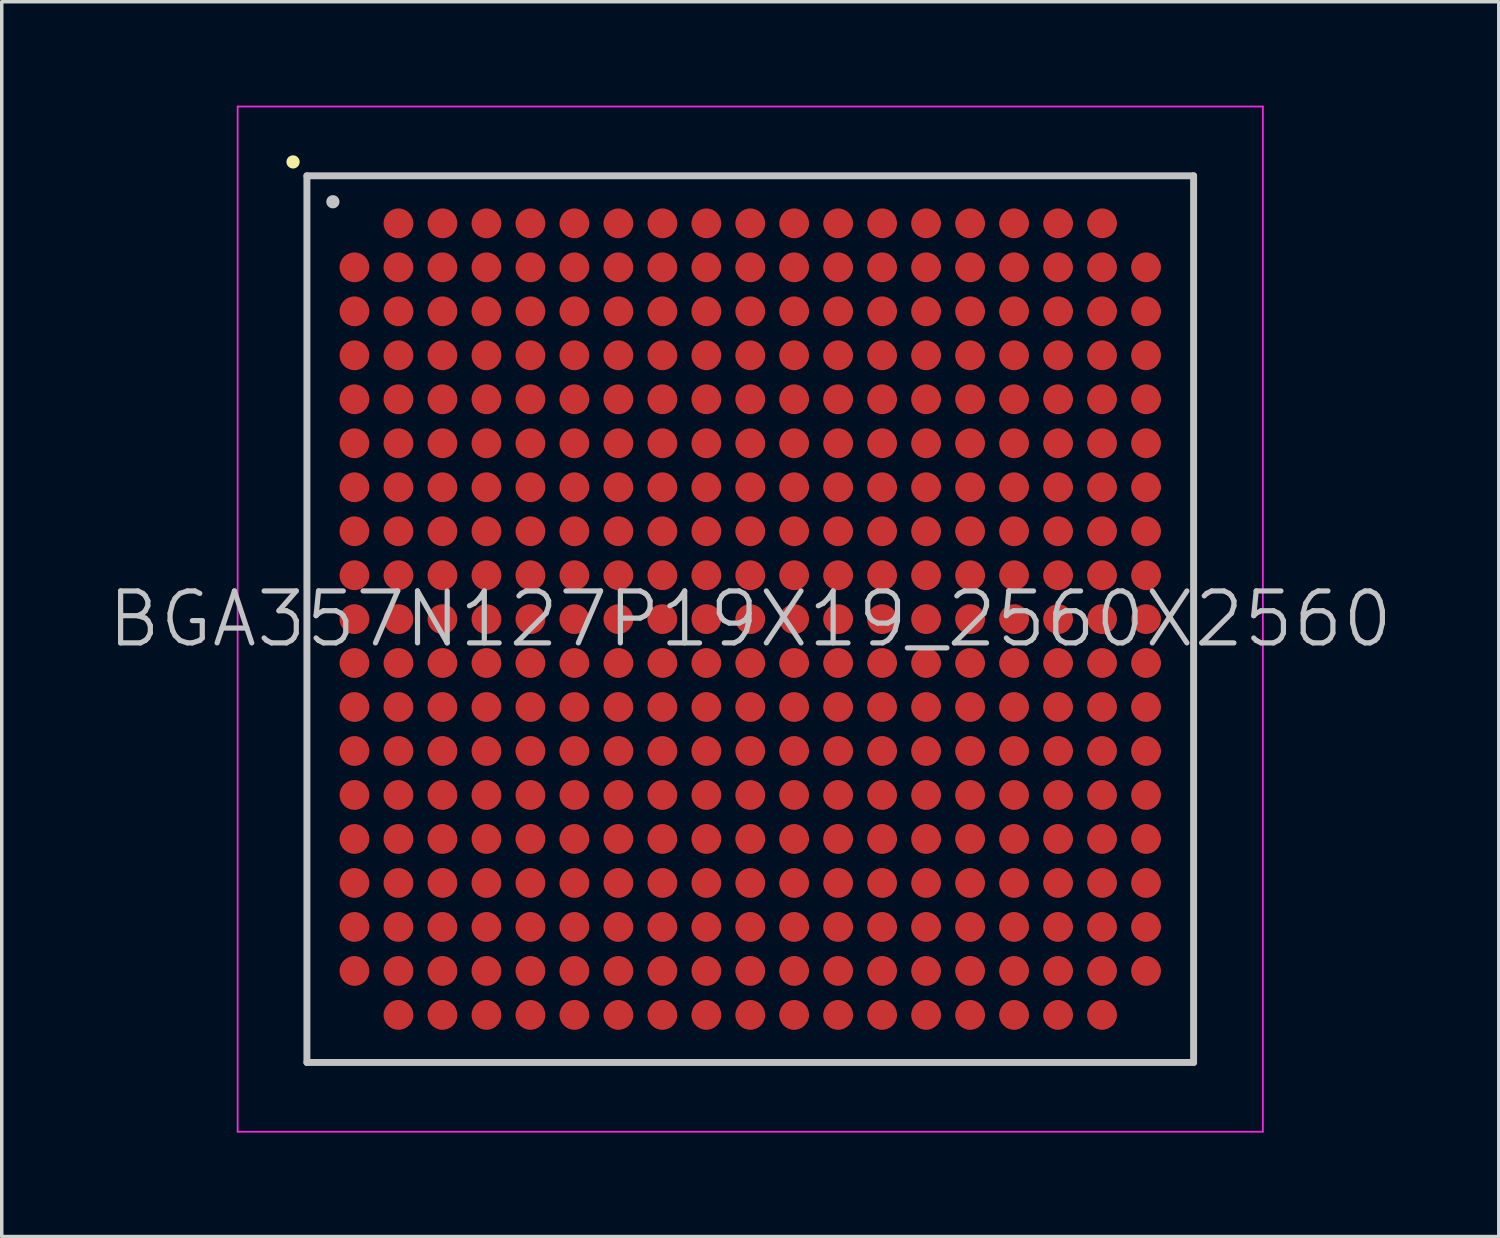
<source format=kicad_pcb>
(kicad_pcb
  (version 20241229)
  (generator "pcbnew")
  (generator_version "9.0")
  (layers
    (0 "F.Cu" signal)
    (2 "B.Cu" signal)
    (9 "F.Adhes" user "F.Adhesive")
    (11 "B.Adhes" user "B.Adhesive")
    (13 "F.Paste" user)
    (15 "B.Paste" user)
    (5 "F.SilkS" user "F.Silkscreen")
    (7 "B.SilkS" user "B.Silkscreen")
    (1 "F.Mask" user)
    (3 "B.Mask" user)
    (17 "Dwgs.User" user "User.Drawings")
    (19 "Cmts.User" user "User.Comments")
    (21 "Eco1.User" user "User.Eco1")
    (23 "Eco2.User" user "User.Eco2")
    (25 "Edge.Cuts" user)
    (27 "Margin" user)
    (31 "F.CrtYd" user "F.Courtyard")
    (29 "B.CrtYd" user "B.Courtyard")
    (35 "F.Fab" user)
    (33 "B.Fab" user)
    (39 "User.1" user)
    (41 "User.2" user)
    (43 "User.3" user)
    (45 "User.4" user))
  (footprint "BGA357N127P19X19_2560X2560"
    (layer "F.Cu")
    (at 18.611 14.825)
    (property "Reference" "BGA357N127P19X19_2560X2560" (at 0 0 0) (layer "Dwgs.User") (effects (font (size 1.5 1.5) (thickness 0.15))))
    (attr smd)
    (fp_line (start -13.2 -13.2) (end -13.2 -13.2) (stroke (width 0.381) (type solid)) (layer "F.SilkS"))
    (fp_line (start -12.8 -12.8) (end -12.8 12.8) (stroke (width 0.2) (type solid)) (layer "Dwgs.User"))
    (fp_line (start -12.8 -12.8) (end 12.8 -12.8) (stroke (width 0.2) (type solid)) (layer "Dwgs.User"))
    (fp_line (start -12.8 12.8) (end 12.8 12.8) (stroke (width 0.2) (type solid)) (layer "Dwgs.User"))
    (fp_line (start -12.05 -12.05) (end -12.05 -12.05) (stroke (width 0.381) (type solid)) (layer "Dwgs.User"))
    (fp_line (start 12.8 -12.8) (end 12.8 12.8) (stroke (width 0.2) (type solid)) (layer "Dwgs.User"))
    (fp_line (start -14.8 -14.8) (end -14.8 14.8) (stroke (width 0.05) (type solid)) (layer "F.CrtYd"))
    (fp_line (start -14.8 -14.8) (end 14.8 -14.8) (stroke (width 0.05) (type solid)) (layer "F.CrtYd"))
    (fp_line (start -14.8 14.8) (end 14.8 14.8) (stroke (width 0.05) (type solid)) (layer "F.CrtYd"))
    (fp_line (start 14.8 -14.8) (end 14.8 14.8) (stroke (width 0.05) (type solid)) (layer "F.CrtYd"))
    (pad "A2" smd circle (at -10.157 -11.427 270) (size 0.86 0.86) (layers "F.Cu" "F.Mask" "F.Paste"))
    (pad "A3" smd circle (at -8.887 -11.427 270) (size 0.86 0.86) (layers "F.Cu" "F.Mask" "F.Paste"))
    (pad "A4" smd circle (at -7.617 -11.427 270) (size 0.86 0.86) (layers "F.Cu" "F.Mask" "F.Paste"))
    (pad "A5" smd circle (at -6.347 -11.427 270) (size 0.86 0.86) (layers "F.Cu" "F.Mask" "F.Paste"))
    (pad "A6" smd circle (at -5.077 -11.427 270) (size 0.86 0.86) (layers "F.Cu" "F.Mask" "F.Paste"))
    (pad "A7" smd circle (at -3.807 -11.427 270) (size 0.86 0.86) (layers "F.Cu" "F.Mask" "F.Paste"))
    (pad "A8" smd circle (at -2.537 -11.427 270) (size 0.86 0.86) (layers "F.Cu" "F.Mask" "F.Paste"))
    (pad "A9" smd circle (at -1.267 -11.427 270) (size 0.86 0.86) (layers "F.Cu" "F.Mask" "F.Paste"))
    (pad "A10" smd circle (at 0 -11.427 270) (size 0.86 0.86) (layers "F.Cu" "F.Mask" "F.Paste"))
    (pad "A11" smd circle (at 1.267 -11.427 270) (size 0.86 0.86) (layers "F.Cu" "F.Mask" "F.Paste"))
    (pad "A12" smd circle (at 2.537 -11.427 270) (size 0.86 0.86) (layers "F.Cu" "F.Mask" "F.Paste"))
    (pad "A13" smd circle (at 3.807 -11.427 270) (size 0.86 0.86) (layers "F.Cu" "F.Mask" "F.Paste"))
    (pad "A14" smd circle (at 5.077 -11.427 270) (size 0.86 0.86) (layers "F.Cu" "F.Mask" "F.Paste"))
    (pad "A15" smd circle (at 6.347 -11.427 270) (size 0.86 0.86) (layers "F.Cu" "F.Mask" "F.Paste"))
    (pad "A16" smd circle (at 7.617 -11.427 270) (size 0.86 0.86) (layers "F.Cu" "F.Mask" "F.Paste"))
    (pad "A17" smd circle (at 8.887 -11.427 270) (size 0.86 0.86) (layers "F.Cu" "F.Mask" "F.Paste"))
    (pad "A18" smd circle (at 10.157 -11.427 270) (size 0.86 0.86) (layers "F.Cu" "F.Mask" "F.Paste"))
    (pad "B1" smd circle (at -11.427 -10.157 270) (size 0.86 0.86) (layers "F.Cu" "F.Mask" "F.Paste"))
    (pad "B2" smd circle (at -10.157 -10.157 270) (size 0.86 0.86) (layers "F.Cu" "F.Mask" "F.Paste"))
    (pad "B3" smd circle (at -8.887 -10.157 270) (size 0.86 0.86) (layers "F.Cu" "F.Mask" "F.Paste"))
    (pad "B4" smd circle (at -7.617 -10.157 270) (size 0.86 0.86) (layers "F.Cu" "F.Mask" "F.Paste"))
    (pad "B5" smd circle (at -6.347 -10.157 270) (size 0.86 0.86) (layers "F.Cu" "F.Mask" "F.Paste"))
    (pad "B6" smd circle (at -5.077 -10.157 270) (size 0.86 0.86) (layers "F.Cu" "F.Mask" "F.Paste"))
    (pad "B7" smd circle (at -3.807 -10.157 270) (size 0.86 0.86) (layers "F.Cu" "F.Mask" "F.Paste"))
    (pad "B8" smd circle (at -2.537 -10.157 270) (size 0.86 0.86) (layers "F.Cu" "F.Mask" "F.Paste"))
    (pad "B9" smd circle (at -1.267 -10.157 270) (size 0.86 0.86) (layers "F.Cu" "F.Mask" "F.Paste"))
    (pad "B10" smd circle (at 0 -10.157 270) (size 0.86 0.86) (layers "F.Cu" "F.Mask" "F.Paste"))
    (pad "B11" smd circle (at 1.267 -10.157 270) (size 0.86 0.86) (layers "F.Cu" "F.Mask" "F.Paste"))
    (pad "B12" smd circle (at 2.537 -10.157 270) (size 0.86 0.86) (layers "F.Cu" "F.Mask" "F.Paste"))
    (pad "B13" smd circle (at 3.807 -10.157 270) (size 0.86 0.86) (layers "F.Cu" "F.Mask" "F.Paste"))
    (pad "B14" smd circle (at 5.077 -10.157 270) (size 0.86 0.86) (layers "F.Cu" "F.Mask" "F.Paste"))
    (pad "B15" smd circle (at 6.347 -10.157 270) (size 0.86 0.86) (layers "F.Cu" "F.Mask" "F.Paste"))
    (pad "B16" smd circle (at 7.617 -10.157 270) (size 0.86 0.86) (layers "F.Cu" "F.Mask" "F.Paste"))
    (pad "B17" smd circle (at 8.887 -10.157 270) (size 0.86 0.86) (layers "F.Cu" "F.Mask" "F.Paste"))
    (pad "B18" smd circle (at 10.157 -10.157 270) (size 0.86 0.86) (layers "F.Cu" "F.Mask" "F.Paste"))
    (pad "B19" smd circle (at 11.427 -10.157 270) (size 0.86 0.86) (layers "F.Cu" "F.Mask" "F.Paste"))
    (pad "C1" smd circle (at -11.427 -8.887 270) (size 0.86 0.86) (layers "F.Cu" "F.Mask" "F.Paste"))
    (pad "C2" smd circle (at -10.157 -8.887 270) (size 0.86 0.86) (layers "F.Cu" "F.Mask" "F.Paste"))
    (pad "C3" smd circle (at -8.887 -8.887 270) (size 0.86 0.86) (layers "F.Cu" "F.Mask" "F.Paste"))
    (pad "C4" smd circle (at -7.617 -8.887 270) (size 0.86 0.86) (layers "F.Cu" "F.Mask" "F.Paste"))
    (pad "C5" smd circle (at -6.347 -8.887 270) (size 0.86 0.86) (layers "F.Cu" "F.Mask" "F.Paste"))
    (pad "C6" smd circle (at -5.077 -8.887 270) (size 0.86 0.86) (layers "F.Cu" "F.Mask" "F.Paste"))
    (pad "C7" smd circle (at -3.807 -8.887 270) (size 0.86 0.86) (layers "F.Cu" "F.Mask" "F.Paste"))
    (pad "C8" smd circle (at -2.537 -8.887 270) (size 0.86 0.86) (layers "F.Cu" "F.Mask" "F.Paste"))
    (pad "C9" smd circle (at -1.267 -8.887 270) (size 0.86 0.86) (layers "F.Cu" "F.Mask" "F.Paste"))
    (pad "C10" smd circle (at 0 -8.887 270) (size 0.86 0.86) (layers "F.Cu" "F.Mask" "F.Paste"))
    (pad "C11" smd circle (at 1.267 -8.887 270) (size 0.86 0.86) (layers "F.Cu" "F.Mask" "F.Paste"))
    (pad "C12" smd circle (at 2.537 -8.887 270) (size 0.86 0.86) (layers "F.Cu" "F.Mask" "F.Paste"))
    (pad "C13" smd circle (at 3.807 -8.887 270) (size 0.86 0.86) (layers "F.Cu" "F.Mask" "F.Paste"))
    (pad "C14" smd circle (at 5.077 -8.887 270) (size 0.86 0.86) (layers "F.Cu" "F.Mask" "F.Paste"))
    (pad "C15" smd circle (at 6.347 -8.887 270) (size 0.86 0.86) (layers "F.Cu" "F.Mask" "F.Paste"))
    (pad "C16" smd circle (at 7.617 -8.887 270) (size 0.86 0.86) (layers "F.Cu" "F.Mask" "F.Paste"))
    (pad "C17" smd circle (at 8.887 -8.887 270) (size 0.86 0.86) (layers "F.Cu" "F.Mask" "F.Paste"))
    (pad "C18" smd circle (at 10.157 -8.887 270) (size 0.86 0.86) (layers "F.Cu" "F.Mask" "F.Paste"))
    (pad "C19" smd circle (at 11.427 -8.887 270) (size 0.86 0.86) (layers "F.Cu" "F.Mask" "F.Paste"))
    (pad "D1" smd circle (at -11.427 -7.617 270) (size 0.86 0.86) (layers "F.Cu" "F.Mask" "F.Paste"))
    (pad "D2" smd circle (at -10.157 -7.617 270) (size 0.86 0.86) (layers "F.Cu" "F.Mask" "F.Paste"))
    (pad "D3" smd circle (at -8.887 -7.617 270) (size 0.86 0.86) (layers "F.Cu" "F.Mask" "F.Paste"))
    (pad "D4" smd circle (at -7.617 -7.617 270) (size 0.86 0.86) (layers "F.Cu" "F.Mask" "F.Paste"))
    (pad "D5" smd circle (at -6.347 -7.617 270) (size 0.86 0.86) (layers "F.Cu" "F.Mask" "F.Paste"))
    (pad "D6" smd circle (at -5.077 -7.617 270) (size 0.86 0.86) (layers "F.Cu" "F.Mask" "F.Paste"))
    (pad "D7" smd circle (at -3.807 -7.617 270) (size 0.86 0.86) (layers "F.Cu" "F.Mask" "F.Paste"))
    (pad "D8" smd circle (at -2.537 -7.617 270) (size 0.86 0.86) (layers "F.Cu" "F.Mask" "F.Paste"))
    (pad "D9" smd circle (at -1.267 -7.617 270) (size 0.86 0.86) (layers "F.Cu" "F.Mask" "F.Paste"))
    (pad "D10" smd circle (at 0 -7.617 270) (size 0.86 0.86) (layers "F.Cu" "F.Mask" "F.Paste"))
    (pad "D11" smd circle (at 1.267 -7.617 270) (size 0.86 0.86) (layers "F.Cu" "F.Mask" "F.Paste"))
    (pad "D12" smd circle (at 2.537 -7.617 270) (size 0.86 0.86) (layers "F.Cu" "F.Mask" "F.Paste"))
    (pad "D13" smd circle (at 3.807 -7.617 270) (size 0.86 0.86) (layers "F.Cu" "F.Mask" "F.Paste"))
    (pad "D14" smd circle (at 5.077 -7.617 270) (size 0.86 0.86) (layers "F.Cu" "F.Mask" "F.Paste"))
    (pad "D15" smd circle (at 6.347 -7.617 270) (size 0.86 0.86) (layers "F.Cu" "F.Mask" "F.Paste"))
    (pad "D16" smd circle (at 7.617 -7.617 270) (size 0.86 0.86) (layers "F.Cu" "F.Mask" "F.Paste"))
    (pad "D17" smd circle (at 8.887 -7.617 270) (size 0.86 0.86) (layers "F.Cu" "F.Mask" "F.Paste"))
    (pad "D18" smd circle (at 10.157 -7.617 270) (size 0.86 0.86) (layers "F.Cu" "F.Mask" "F.Paste"))
    (pad "D19" smd circle (at 11.427 -7.617 270) (size 0.86 0.86) (layers "F.Cu" "F.Mask" "F.Paste"))
    (pad "E1" smd circle (at -11.427 -6.347 270) (size 0.86 0.86) (layers "F.Cu" "F.Mask" "F.Paste"))
    (pad "E2" smd circle (at -10.157 -6.347 270) (size 0.86 0.86) (layers "F.Cu" "F.Mask" "F.Paste"))
    (pad "E3" smd circle (at -8.887 -6.347 270) (size 0.86 0.86) (layers "F.Cu" "F.Mask" "F.Paste"))
    (pad "E4" smd circle (at -7.617 -6.347 270) (size 0.86 0.86) (layers "F.Cu" "F.Mask" "F.Paste"))
    (pad "E5" smd circle (at -6.347 -6.347 270) (size 0.86 0.86) (layers "F.Cu" "F.Mask" "F.Paste"))
    (pad "E6" smd circle (at -5.077 -6.347 270) (size 0.86 0.86) (layers "F.Cu" "F.Mask" "F.Paste"))
    (pad "E7" smd circle (at -3.807 -6.347 270) (size 0.86 0.86) (layers "F.Cu" "F.Mask" "F.Paste"))
    (pad "E8" smd circle (at -2.537 -6.347 270) (size 0.86 0.86) (layers "F.Cu" "F.Mask" "F.Paste"))
    (pad "E9" smd circle (at -1.267 -6.347 270) (size 0.86 0.86) (layers "F.Cu" "F.Mask" "F.Paste"))
    (pad "E10" smd circle (at 0 -6.347 270) (size 0.86 0.86) (layers "F.Cu" "F.Mask" "F.Paste"))
    (pad "E11" smd circle (at 1.267 -6.347 270) (size 0.86 0.86) (layers "F.Cu" "F.Mask" "F.Paste"))
    (pad "E12" smd circle (at 2.537 -6.347 270) (size 0.86 0.86) (layers "F.Cu" "F.Mask" "F.Paste"))
    (pad "E13" smd circle (at 3.807 -6.347 270) (size 0.86 0.86) (layers "F.Cu" "F.Mask" "F.Paste"))
    (pad "E14" smd circle (at 5.077 -6.347 270) (size 0.86 0.86) (layers "F.Cu" "F.Mask" "F.Paste"))
    (pad "E15" smd circle (at 6.347 -6.347 270) (size 0.86 0.86) (layers "F.Cu" "F.Mask" "F.Paste"))
    (pad "E16" smd circle (at 7.617 -6.347 270) (size 0.86 0.86) (layers "F.Cu" "F.Mask" "F.Paste"))
    (pad "E17" smd circle (at 8.887 -6.347 270) (size 0.86 0.86) (layers "F.Cu" "F.Mask" "F.Paste"))
    (pad "E18" smd circle (at 10.157 -6.347 270) (size 0.86 0.86) (layers "F.Cu" "F.Mask" "F.Paste"))
    (pad "E19" smd circle (at 11.427 -6.347 270) (size 0.86 0.86) (layers "F.Cu" "F.Mask" "F.Paste"))
    (pad "F1" smd circle (at -11.427 -5.077 270) (size 0.86 0.86) (layers "F.Cu" "F.Mask" "F.Paste"))
    (pad "F2" smd circle (at -10.157 -5.077 270) (size 0.86 0.86) (layers "F.Cu" "F.Mask" "F.Paste"))
    (pad "F3" smd circle (at -8.887 -5.077 270) (size 0.86 0.86) (layers "F.Cu" "F.Mask" "F.Paste"))
    (pad "F4" smd circle (at -7.617 -5.077 270) (size 0.86 0.86) (layers "F.Cu" "F.Mask" "F.Paste"))
    (pad "F5" smd circle (at -6.347 -5.077 270) (size 0.86 0.86) (layers "F.Cu" "F.Mask" "F.Paste"))
    (pad "F6" smd circle (at -5.077 -5.077 270) (size 0.86 0.86) (layers "F.Cu" "F.Mask" "F.Paste"))
    (pad "F7" smd circle (at -3.807 -5.077 270) (size 0.86 0.86) (layers "F.Cu" "F.Mask" "F.Paste"))
    (pad "F8" smd circle (at -2.537 -5.077 270) (size 0.86 0.86) (layers "F.Cu" "F.Mask" "F.Paste"))
    (pad "F9" smd circle (at -1.267 -5.077 270) (size 0.86 0.86) (layers "F.Cu" "F.Mask" "F.Paste"))
    (pad "F10" smd circle (at 0 -5.077 270) (size 0.86 0.86) (layers "F.Cu" "F.Mask" "F.Paste"))
    (pad "F11" smd circle (at 1.267 -5.077 270) (size 0.86 0.86) (layers "F.Cu" "F.Mask" "F.Paste"))
    (pad "F12" smd circle (at 2.537 -5.077 270) (size 0.86 0.86) (layers "F.Cu" "F.Mask" "F.Paste"))
    (pad "F13" smd circle (at 3.807 -5.077 270) (size 0.86 0.86) (layers "F.Cu" "F.Mask" "F.Paste"))
    (pad "F14" smd circle (at 5.077 -5.077 270) (size 0.86 0.86) (layers "F.Cu" "F.Mask" "F.Paste"))
    (pad "F15" smd circle (at 6.347 -5.077 270) (size 0.86 0.86) (layers "F.Cu" "F.Mask" "F.Paste"))
    (pad "F16" smd circle (at 7.617 -5.077 270) (size 0.86 0.86) (layers "F.Cu" "F.Mask" "F.Paste"))
    (pad "F17" smd circle (at 8.887 -5.077 270) (size 0.86 0.86) (layers "F.Cu" "F.Mask" "F.Paste"))
    (pad "F18" smd circle (at 10.157 -5.077 270) (size 0.86 0.86) (layers "F.Cu" "F.Mask" "F.Paste"))
    (pad "F19" smd circle (at 11.427 -5.077 270) (size 0.86 0.86) (layers "F.Cu" "F.Mask" "F.Paste"))
    (pad "G1" smd circle (at -11.427 -3.807 270) (size 0.86 0.86) (layers "F.Cu" "F.Mask" "F.Paste"))
    (pad "G2" smd circle (at -10.157 -3.807 270) (size 0.86 0.86) (layers "F.Cu" "F.Mask" "F.Paste"))
    (pad "G3" smd circle (at -8.887 -3.807 270) (size 0.86 0.86) (layers "F.Cu" "F.Mask" "F.Paste"))
    (pad "G4" smd circle (at -7.617 -3.807 270) (size 0.86 0.86) (layers "F.Cu" "F.Mask" "F.Paste"))
    (pad "G5" smd circle (at -6.347 -3.807 270) (size 0.86 0.86) (layers "F.Cu" "F.Mask" "F.Paste"))
    (pad "G6" smd circle (at -5.077 -3.807 270) (size 0.86 0.86) (layers "F.Cu" "F.Mask" "F.Paste"))
    (pad "G7" smd circle (at -3.807 -3.807 270) (size 0.86 0.86) (layers "F.Cu" "F.Mask" "F.Paste"))
    (pad "G8" smd circle (at -2.537 -3.807 270) (size 0.86 0.86) (layers "F.Cu" "F.Mask" "F.Paste"))
    (pad "G9" smd circle (at -1.267 -3.807 270) (size 0.86 0.86) (layers "F.Cu" "F.Mask" "F.Paste"))
    (pad "G10" smd circle (at 0 -3.807 270) (size 0.86 0.86) (layers "F.Cu" "F.Mask" "F.Paste"))
    (pad "G11" smd circle (at 1.267 -3.807 270) (size 0.86 0.86) (layers "F.Cu" "F.Mask" "F.Paste"))
    (pad "G12" smd circle (at 2.537 -3.807 270) (size 0.86 0.86) (layers "F.Cu" "F.Mask" "F.Paste"))
    (pad "G13" smd circle (at 3.807 -3.807 270) (size 0.86 0.86) (layers "F.Cu" "F.Mask" "F.Paste"))
    (pad "G14" smd circle (at 5.077 -3.807 270) (size 0.86 0.86) (layers "F.Cu" "F.Mask" "F.Paste"))
    (pad "G15" smd circle (at 6.347 -3.807 270) (size 0.86 0.86) (layers "F.Cu" "F.Mask" "F.Paste"))
    (pad "G16" smd circle (at 7.617 -3.807 270) (size 0.86 0.86) (layers "F.Cu" "F.Mask" "F.Paste"))
    (pad "G17" smd circle (at 8.887 -3.807 270) (size 0.86 0.86) (layers "F.Cu" "F.Mask" "F.Paste"))
    (pad "G18" smd circle (at 10.157 -3.807 270) (size 0.86 0.86) (layers "F.Cu" "F.Mask" "F.Paste"))
    (pad "G19" smd circle (at 11.427 -3.807 270) (size 0.86 0.86) (layers "F.Cu" "F.Mask" "F.Paste"))
    (pad "H1" smd circle (at -11.427 -2.537 270) (size 0.86 0.86) (layers "F.Cu" "F.Mask" "F.Paste"))
    (pad "H2" smd circle (at -10.157 -2.537 270) (size 0.86 0.86) (layers "F.Cu" "F.Mask" "F.Paste"))
    (pad "H3" smd circle (at -8.887 -2.537 270) (size 0.86 0.86) (layers "F.Cu" "F.Mask" "F.Paste"))
    (pad "H4" smd circle (at -7.617 -2.537 270) (size 0.86 0.86) (layers "F.Cu" "F.Mask" "F.Paste"))
    (pad "H5" smd circle (at -6.347 -2.537 270) (size 0.86 0.86) (layers "F.Cu" "F.Mask" "F.Paste"))
    (pad "H6" smd circle (at -5.077 -2.537 270) (size 0.86 0.86) (layers "F.Cu" "F.Mask" "F.Paste"))
    (pad "H7" smd circle (at -3.807 -2.537 270) (size 0.86 0.86) (layers "F.Cu" "F.Mask" "F.Paste"))
    (pad "H8" smd circle (at -2.537 -2.537 270) (size 0.86 0.86) (layers "F.Cu" "F.Mask" "F.Paste"))
    (pad "H9" smd circle (at -1.267 -2.537 270) (size 0.86 0.86) (layers "F.Cu" "F.Mask" "F.Paste"))
    (pad "H10" smd circle (at 0 -2.537 270) (size 0.86 0.86) (layers "F.Cu" "F.Mask" "F.Paste"))
    (pad "H11" smd circle (at 1.267 -2.537 270) (size 0.86 0.86) (layers "F.Cu" "F.Mask" "F.Paste"))
    (pad "H12" smd circle (at 2.537 -2.537 270) (size 0.86 0.86) (layers "F.Cu" "F.Mask" "F.Paste"))
    (pad "H13" smd circle (at 3.807 -2.537 270) (size 0.86 0.86) (layers "F.Cu" "F.Mask" "F.Paste"))
    (pad "H14" smd circle (at 5.077 -2.537 270) (size 0.86 0.86) (layers "F.Cu" "F.Mask" "F.Paste"))
    (pad "H15" smd circle (at 6.347 -2.537 270) (size 0.86 0.86) (layers "F.Cu" "F.Mask" "F.Paste"))
    (pad "H16" smd circle (at 7.617 -2.537 270) (size 0.86 0.86) (layers "F.Cu" "F.Mask" "F.Paste"))
    (pad "H17" smd circle (at 8.887 -2.537 270) (size 0.86 0.86) (layers "F.Cu" "F.Mask" "F.Paste"))
    (pad "H18" smd circle (at 10.157 -2.537 270) (size 0.86 0.86) (layers "F.Cu" "F.Mask" "F.Paste"))
    (pad "H19" smd circle (at 11.427 -2.537 270) (size 0.86 0.86) (layers "F.Cu" "F.Mask" "F.Paste"))
    (pad "J1" smd circle (at -11.427 -1.267 270) (size 0.86 0.86) (layers "F.Cu" "F.Mask" "F.Paste"))
    (pad "J2" smd circle (at -10.157 -1.267 270) (size 0.86 0.86) (layers "F.Cu" "F.Mask" "F.Paste"))
    (pad "J3" smd circle (at -8.887 -1.267 270) (size 0.86 0.86) (layers "F.Cu" "F.Mask" "F.Paste"))
    (pad "J4" smd circle (at -7.617 -1.267 270) (size 0.86 0.86) (layers "F.Cu" "F.Mask" "F.Paste"))
    (pad "J5" smd circle (at -6.347 -1.267 270) (size 0.86 0.86) (layers "F.Cu" "F.Mask" "F.Paste"))
    (pad "J6" smd circle (at -5.077 -1.267 270) (size 0.86 0.86) (layers "F.Cu" "F.Mask" "F.Paste"))
    (pad "J7" smd circle (at -3.807 -1.267 270) (size 0.86 0.86) (layers "F.Cu" "F.Mask" "F.Paste"))
    (pad "J8" smd circle (at -2.537 -1.267 270) (size 0.86 0.86) (layers "F.Cu" "F.Mask" "F.Paste"))
    (pad "J9" smd circle (at -1.267 -1.267 270) (size 0.86 0.86) (layers "F.Cu" "F.Mask" "F.Paste"))
    (pad "J10" smd circle (at 0 -1.267 270) (size 0.86 0.86) (layers "F.Cu" "F.Mask" "F.Paste"))
    (pad "J11" smd circle (at 1.267 -1.267 270) (size 0.86 0.86) (layers "F.Cu" "F.Mask" "F.Paste"))
    (pad "J12" smd circle (at 2.537 -1.267 270) (size 0.86 0.86) (layers "F.Cu" "F.Mask" "F.Paste"))
    (pad "J13" smd circle (at 3.807 -1.267 270) (size 0.86 0.86) (layers "F.Cu" "F.Mask" "F.Paste"))
    (pad "J14" smd circle (at 5.077 -1.267 270) (size 0.86 0.86) (layers "F.Cu" "F.Mask" "F.Paste"))
    (pad "J15" smd circle (at 6.347 -1.267 270) (size 0.86 0.86) (layers "F.Cu" "F.Mask" "F.Paste"))
    (pad "J16" smd circle (at 7.617 -1.267 270) (size 0.86 0.86) (layers "F.Cu" "F.Mask" "F.Paste"))
    (pad "J17" smd circle (at 8.887 -1.267 270) (size 0.86 0.86) (layers "F.Cu" "F.Mask" "F.Paste"))
    (pad "J18" smd circle (at 10.157 -1.267 270) (size 0.86 0.86) (layers "F.Cu" "F.Mask" "F.Paste"))
    (pad "J19" smd circle (at 11.427 -1.267 270) (size 0.86 0.86) (layers "F.Cu" "F.Mask" "F.Paste"))
    (pad "K1" smd circle (at -11.427 0 270) (size 0.86 0.86) (layers "F.Cu" "F.Mask" "F.Paste"))
    (pad "K2" smd circle (at -10.157 0 270) (size 0.86 0.86) (layers "F.Cu" "F.Mask" "F.Paste"))
    (pad "K3" smd circle (at -8.887 0 270) (size 0.86 0.86) (layers "F.Cu" "F.Mask" "F.Paste"))
    (pad "K4" smd circle (at -7.617 0 270) (size 0.86 0.86) (layers "F.Cu" "F.Mask" "F.Paste"))
    (pad "K5" smd circle (at -6.347 0 270) (size 0.86 0.86) (layers "F.Cu" "F.Mask" "F.Paste"))
    (pad "K6" smd circle (at -5.077 0 270) (size 0.86 0.86) (layers "F.Cu" "F.Mask" "F.Paste"))
    (pad "K7" smd circle (at -3.807 0 270) (size 0.86 0.86) (layers "F.Cu" "F.Mask" "F.Paste"))
    (pad "K8" smd circle (at -2.537 0 270) (size 0.86 0.86) (layers "F.Cu" "F.Mask" "F.Paste"))
    (pad "K9" smd circle (at -1.267 0 270) (size 0.86 0.86) (layers "F.Cu" "F.Mask" "F.Paste"))
    (pad "K10" smd circle (at 0 0 270) (size 0.86 0.86) (layers "F.Cu" "F.Mask" "F.Paste"))
    (pad "K11" smd circle (at 1.267 0 270) (size 0.86 0.86) (layers "F.Cu" "F.Mask" "F.Paste"))
    (pad "K12" smd circle (at 2.537 0 270) (size 0.86 0.86) (layers "F.Cu" "F.Mask" "F.Paste"))
    (pad "K13" smd circle (at 3.807 0 270) (size 0.86 0.86) (layers "F.Cu" "F.Mask" "F.Paste"))
    (pad "K14" smd circle (at 5.077 0 270) (size 0.86 0.86) (layers "F.Cu" "F.Mask" "F.Paste"))
    (pad "K15" smd circle (at 6.347 0 270) (size 0.86 0.86) (layers "F.Cu" "F.Mask" "F.Paste"))
    (pad "K16" smd circle (at 7.617 0 270) (size 0.86 0.86) (layers "F.Cu" "F.Mask" "F.Paste"))
    (pad "K17" smd circle (at 8.887 0 270) (size 0.86 0.86) (layers "F.Cu" "F.Mask" "F.Paste"))
    (pad "K18" smd circle (at 10.157 0 270) (size 0.86 0.86) (layers "F.Cu" "F.Mask" "F.Paste"))
    (pad "K19" smd circle (at 11.427 0 270) (size 0.86 0.86) (layers "F.Cu" "F.Mask" "F.Paste"))
    (pad "L1" smd circle (at -11.427 1.267 270) (size 0.86 0.86) (layers "F.Cu" "F.Mask" "F.Paste"))
    (pad "L2" smd circle (at -10.157 1.267 270) (size 0.86 0.86) (layers "F.Cu" "F.Mask" "F.Paste"))
    (pad "L3" smd circle (at -8.887 1.267 270) (size 0.86 0.86) (layers "F.Cu" "F.Mask" "F.Paste"))
    (pad "L4" smd circle (at -7.617 1.267 270) (size 0.86 0.86) (layers "F.Cu" "F.Mask" "F.Paste"))
    (pad "L5" smd circle (at -6.347 1.267 270) (size 0.86 0.86) (layers "F.Cu" "F.Mask" "F.Paste"))
    (pad "L6" smd circle (at -5.077 1.267 270) (size 0.86 0.86) (layers "F.Cu" "F.Mask" "F.Paste"))
    (pad "L7" smd circle (at -3.807 1.267 270) (size 0.86 0.86) (layers "F.Cu" "F.Mask" "F.Paste"))
    (pad "L8" smd circle (at -2.537 1.267 270) (size 0.86 0.86) (layers "F.Cu" "F.Mask" "F.Paste"))
    (pad "L9" smd circle (at -1.267 1.267 270) (size 0.86 0.86) (layers "F.Cu" "F.Mask" "F.Paste"))
    (pad "L10" smd circle (at 0 1.267 270) (size 0.86 0.86) (layers "F.Cu" "F.Mask" "F.Paste"))
    (pad "L11" smd circle (at 1.267 1.267 270) (size 0.86 0.86) (layers "F.Cu" "F.Mask" "F.Paste"))
    (pad "L12" smd circle (at 2.537 1.267 270) (size 0.86 0.86) (layers "F.Cu" "F.Mask" "F.Paste"))
    (pad "L13" smd circle (at 3.807 1.267 270) (size 0.86 0.86) (layers "F.Cu" "F.Mask" "F.Paste"))
    (pad "L14" smd circle (at 5.077 1.267 270) (size 0.86 0.86) (layers "F.Cu" "F.Mask" "F.Paste"))
    (pad "L15" smd circle (at 6.347 1.267 270) (size 0.86 0.86) (layers "F.Cu" "F.Mask" "F.Paste"))
    (pad "L16" smd circle (at 7.617 1.267 270) (size 0.86 0.86) (layers "F.Cu" "F.Mask" "F.Paste"))
    (pad "L17" smd circle (at 8.887 1.267 270) (size 0.86 0.86) (layers "F.Cu" "F.Mask" "F.Paste"))
    (pad "L18" smd circle (at 10.157 1.267 270) (size 0.86 0.86) (layers "F.Cu" "F.Mask" "F.Paste"))
    (pad "L19" smd circle (at 11.427 1.267 270) (size 0.86 0.86) (layers "F.Cu" "F.Mask" "F.Paste"))
    (pad "M1" smd circle (at -11.427 2.537 270) (size 0.86 0.86) (layers "F.Cu" "F.Mask" "F.Paste"))
    (pad "M2" smd circle (at -10.157 2.537 270) (size 0.86 0.86) (layers "F.Cu" "F.Mask" "F.Paste"))
    (pad "M3" smd circle (at -8.887 2.537 270) (size 0.86 0.86) (layers "F.Cu" "F.Mask" "F.Paste"))
    (pad "M4" smd circle (at -7.617 2.537 270) (size 0.86 0.86) (layers "F.Cu" "F.Mask" "F.Paste"))
    (pad "M5" smd circle (at -6.347 2.537 270) (size 0.86 0.86) (layers "F.Cu" "F.Mask" "F.Paste"))
    (pad "M6" smd circle (at -5.077 2.537 270) (size 0.86 0.86) (layers "F.Cu" "F.Mask" "F.Paste"))
    (pad "M7" smd circle (at -3.807 2.537 270) (size 0.86 0.86) (layers "F.Cu" "F.Mask" "F.Paste"))
    (pad "M8" smd circle (at -2.537 2.537 270) (size 0.86 0.86) (layers "F.Cu" "F.Mask" "F.Paste"))
    (pad "M9" smd circle (at -1.267 2.537 270) (size 0.86 0.86) (layers "F.Cu" "F.Mask" "F.Paste"))
    (pad "M10" smd circle (at 0 2.537 270) (size 0.86 0.86) (layers "F.Cu" "F.Mask" "F.Paste"))
    (pad "M11" smd circle (at 1.267 2.537 270) (size 0.86 0.86) (layers "F.Cu" "F.Mask" "F.Paste"))
    (pad "M12" smd circle (at 2.537 2.537 270) (size 0.86 0.86) (layers "F.Cu" "F.Mask" "F.Paste"))
    (pad "M13" smd circle (at 3.807 2.537 270) (size 0.86 0.86) (layers "F.Cu" "F.Mask" "F.Paste"))
    (pad "M14" smd circle (at 5.077 2.537 270) (size 0.86 0.86) (layers "F.Cu" "F.Mask" "F.Paste"))
    (pad "M15" smd circle (at 6.347 2.537 270) (size 0.86 0.86) (layers "F.Cu" "F.Mask" "F.Paste"))
    (pad "M16" smd circle (at 7.617 2.537 270) (size 0.86 0.86) (layers "F.Cu" "F.Mask" "F.Paste"))
    (pad "M17" smd circle (at 8.887 2.537 270) (size 0.86 0.86) (layers "F.Cu" "F.Mask" "F.Paste"))
    (pad "M18" smd circle (at 10.157 2.537 270) (size 0.86 0.86) (layers "F.Cu" "F.Mask" "F.Paste"))
    (pad "M19" smd circle (at 11.427 2.537 270) (size 0.86 0.86) (layers "F.Cu" "F.Mask" "F.Paste"))
    (pad "N1" smd circle (at -11.427 3.807 270) (size 0.86 0.86) (layers "F.Cu" "F.Mask" "F.Paste"))
    (pad "N2" smd circle (at -10.157 3.807 270) (size 0.86 0.86) (layers "F.Cu" "F.Mask" "F.Paste"))
    (pad "N3" smd circle (at -8.887 3.807 270) (size 0.86 0.86) (layers "F.Cu" "F.Mask" "F.Paste"))
    (pad "N4" smd circle (at -7.617 3.807 270) (size 0.86 0.86) (layers "F.Cu" "F.Mask" "F.Paste"))
    (pad "N5" smd circle (at -6.347 3.807 270) (size 0.86 0.86) (layers "F.Cu" "F.Mask" "F.Paste"))
    (pad "N6" smd circle (at -5.077 3.807 270) (size 0.86 0.86) (layers "F.Cu" "F.Mask" "F.Paste"))
    (pad "N7" smd circle (at -3.807 3.807 270) (size 0.86 0.86) (layers "F.Cu" "F.Mask" "F.Paste"))
    (pad "N8" smd circle (at -2.537 3.807 270) (size 0.86 0.86) (layers "F.Cu" "F.Mask" "F.Paste"))
    (pad "N9" smd circle (at -1.267 3.807 270) (size 0.86 0.86) (layers "F.Cu" "F.Mask" "F.Paste"))
    (pad "N10" smd circle (at 0 3.807 270) (size 0.86 0.86) (layers "F.Cu" "F.Mask" "F.Paste"))
    (pad "N11" smd circle (at 1.267 3.807 270) (size 0.86 0.86) (layers "F.Cu" "F.Mask" "F.Paste"))
    (pad "N12" smd circle (at 2.537 3.807 270) (size 0.86 0.86) (layers "F.Cu" "F.Mask" "F.Paste"))
    (pad "N13" smd circle (at 3.807 3.807 270) (size 0.86 0.86) (layers "F.Cu" "F.Mask" "F.Paste"))
    (pad "N14" smd circle (at 5.077 3.807 270) (size 0.86 0.86) (layers "F.Cu" "F.Mask" "F.Paste"))
    (pad "N15" smd circle (at 6.347 3.807 270) (size 0.86 0.86) (layers "F.Cu" "F.Mask" "F.Paste"))
    (pad "N16" smd circle (at 7.617 3.807 270) (size 0.86 0.86) (layers "F.Cu" "F.Mask" "F.Paste"))
    (pad "N17" smd circle (at 8.887 3.807 270) (size 0.86 0.86) (layers "F.Cu" "F.Mask" "F.Paste"))
    (pad "N18" smd circle (at 10.157 3.807 270) (size 0.86 0.86) (layers "F.Cu" "F.Mask" "F.Paste"))
    (pad "N19" smd circle (at 11.427 3.807 270) (size 0.86 0.86) (layers "F.Cu" "F.Mask" "F.Paste"))
    (pad "P1" smd circle (at -11.427 5.077 270) (size 0.86 0.86) (layers "F.Cu" "F.Mask" "F.Paste"))
    (pad "P2" smd circle (at -10.157 5.077 270) (size 0.86 0.86) (layers "F.Cu" "F.Mask" "F.Paste"))
    (pad "P3" smd circle (at -8.887 5.077 270) (size 0.86 0.86) (layers "F.Cu" "F.Mask" "F.Paste"))
    (pad "P4" smd circle (at -7.617 5.077 270) (size 0.86 0.86) (layers "F.Cu" "F.Mask" "F.Paste"))
    (pad "P5" smd circle (at -6.347 5.077 270) (size 0.86 0.86) (layers "F.Cu" "F.Mask" "F.Paste"))
    (pad "P6" smd circle (at -5.077 5.077 270) (size 0.86 0.86) (layers "F.Cu" "F.Mask" "F.Paste"))
    (pad "P7" smd circle (at -3.807 5.077 270) (size 0.86 0.86) (layers "F.Cu" "F.Mask" "F.Paste"))
    (pad "P8" smd circle (at -2.537 5.077 270) (size 0.86 0.86) (layers "F.Cu" "F.Mask" "F.Paste"))
    (pad "P9" smd circle (at -1.267 5.077 270) (size 0.86 0.86) (layers "F.Cu" "F.Mask" "F.Paste"))
    (pad "P10" smd circle (at 0 5.077 270) (size 0.86 0.86) (layers "F.Cu" "F.Mask" "F.Paste"))
    (pad "P11" smd circle (at 1.267 5.077 270) (size 0.86 0.86) (layers "F.Cu" "F.Mask" "F.Paste"))
    (pad "P12" smd circle (at 2.537 5.077 270) (size 0.86 0.86) (layers "F.Cu" "F.Mask" "F.Paste"))
    (pad "P13" smd circle (at 3.807 5.077 270) (size 0.86 0.86) (layers "F.Cu" "F.Mask" "F.Paste"))
    (pad "P14" smd circle (at 5.077 5.077 270) (size 0.86 0.86) (layers "F.Cu" "F.Mask" "F.Paste"))
    (pad "P15" smd circle (at 6.347 5.077 270) (size 0.86 0.86) (layers "F.Cu" "F.Mask" "F.Paste"))
    (pad "P16" smd circle (at 7.617 5.077 270) (size 0.86 0.86) (layers "F.Cu" "F.Mask" "F.Paste"))
    (pad "P17" smd circle (at 8.887 5.077 270) (size 0.86 0.86) (layers "F.Cu" "F.Mask" "F.Paste"))
    (pad "P18" smd circle (at 10.157 5.077 270) (size 0.86 0.86) (layers "F.Cu" "F.Mask" "F.Paste"))
    (pad "P19" smd circle (at 11.427 5.077 270) (size 0.86 0.86) (layers "F.Cu" "F.Mask" "F.Paste"))
    (pad "R1" smd circle (at -11.427 6.347 270) (size 0.86 0.86) (layers "F.Cu" "F.Mask" "F.Paste"))
    (pad "R2" smd circle (at -10.157 6.347 270) (size 0.86 0.86) (layers "F.Cu" "F.Mask" "F.Paste"))
    (pad "R3" smd circle (at -8.887 6.347 270) (size 0.86 0.86) (layers "F.Cu" "F.Mask" "F.Paste"))
    (pad "R4" smd circle (at -7.617 6.347 270) (size 0.86 0.86) (layers "F.Cu" "F.Mask" "F.Paste"))
    (pad "R5" smd circle (at -6.347 6.347 270) (size 0.86 0.86) (layers "F.Cu" "F.Mask" "F.Paste"))
    (pad "R6" smd circle (at -5.077 6.347 270) (size 0.86 0.86) (layers "F.Cu" "F.Mask" "F.Paste"))
    (pad "R7" smd circle (at -3.807 6.347 270) (size 0.86 0.86) (layers "F.Cu" "F.Mask" "F.Paste"))
    (pad "R8" smd circle (at -2.537 6.347 270) (size 0.86 0.86) (layers "F.Cu" "F.Mask" "F.Paste"))
    (pad "R9" smd circle (at -1.267 6.347 270) (size 0.86 0.86) (layers "F.Cu" "F.Mask" "F.Paste"))
    (pad "R10" smd circle (at 0 6.347 270) (size 0.86 0.86) (layers "F.Cu" "F.Mask" "F.Paste"))
    (pad "R11" smd circle (at 1.267 6.347 270) (size 0.86 0.86) (layers "F.Cu" "F.Mask" "F.Paste"))
    (pad "R12" smd circle (at 2.537 6.347 270) (size 0.86 0.86) (layers "F.Cu" "F.Mask" "F.Paste"))
    (pad "R13" smd circle (at 3.807 6.347 270) (size 0.86 0.86) (layers "F.Cu" "F.Mask" "F.Paste"))
    (pad "R14" smd circle (at 5.077 6.347 270) (size 0.86 0.86) (layers "F.Cu" "F.Mask" "F.Paste"))
    (pad "R15" smd circle (at 6.347 6.347 270) (size 0.86 0.86) (layers "F.Cu" "F.Mask" "F.Paste"))
    (pad "R16" smd circle (at 7.617 6.347 270) (size 0.86 0.86) (layers "F.Cu" "F.Mask" "F.Paste"))
    (pad "R17" smd circle (at 8.887 6.347 270) (size 0.86 0.86) (layers "F.Cu" "F.Mask" "F.Paste"))
    (pad "R18" smd circle (at 10.157 6.347 270) (size 0.86 0.86) (layers "F.Cu" "F.Mask" "F.Paste"))
    (pad "R19" smd circle (at 11.427 6.347 270) (size 0.86 0.86) (layers "F.Cu" "F.Mask" "F.Paste"))
    (pad "T1" smd circle (at -11.427 7.617 270) (size 0.86 0.86) (layers "F.Cu" "F.Mask" "F.Paste"))
    (pad "T2" smd circle (at -10.157 7.617 270) (size 0.86 0.86) (layers "F.Cu" "F.Mask" "F.Paste"))
    (pad "T3" smd circle (at -8.887 7.617 270) (size 0.86 0.86) (layers "F.Cu" "F.Mask" "F.Paste"))
    (pad "T4" smd circle (at -7.617 7.617 270) (size 0.86 0.86) (layers "F.Cu" "F.Mask" "F.Paste"))
    (pad "T5" smd circle (at -6.347 7.617 270) (size 0.86 0.86) (layers "F.Cu" "F.Mask" "F.Paste"))
    (pad "T6" smd circle (at -5.077 7.617 270) (size 0.86 0.86) (layers "F.Cu" "F.Mask" "F.Paste"))
    (pad "T7" smd circle (at -3.807 7.617 270) (size 0.86 0.86) (layers "F.Cu" "F.Mask" "F.Paste"))
    (pad "T8" smd circle (at -2.537 7.617 270) (size 0.86 0.86) (layers "F.Cu" "F.Mask" "F.Paste"))
    (pad "T9" smd circle (at -1.267 7.617 270) (size 0.86 0.86) (layers "F.Cu" "F.Mask" "F.Paste"))
    (pad "T10" smd circle (at 0 7.617 270) (size 0.86 0.86) (layers "F.Cu" "F.Mask" "F.Paste"))
    (pad "T11" smd circle (at 1.267 7.617 270) (size 0.86 0.86) (layers "F.Cu" "F.Mask" "F.Paste"))
    (pad "T12" smd circle (at 2.537 7.617 270) (size 0.86 0.86) (layers "F.Cu" "F.Mask" "F.Paste"))
    (pad "T13" smd circle (at 3.807 7.617 270) (size 0.86 0.86) (layers "F.Cu" "F.Mask" "F.Paste"))
    (pad "T14" smd circle (at 5.077 7.617 270) (size 0.86 0.86) (layers "F.Cu" "F.Mask" "F.Paste"))
    (pad "T15" smd circle (at 6.347 7.617 270) (size 0.86 0.86) (layers "F.Cu" "F.Mask" "F.Paste"))
    (pad "T16" smd circle (at 7.617 7.617 270) (size 0.86 0.86) (layers "F.Cu" "F.Mask" "F.Paste"))
    (pad "T17" smd circle (at 8.887 7.617 270) (size 0.86 0.86) (layers "F.Cu" "F.Mask" "F.Paste"))
    (pad "T18" smd circle (at 10.157 7.617 270) (size 0.86 0.86) (layers "F.Cu" "F.Mask" "F.Paste"))
    (pad "T19" smd circle (at 11.427 7.617 270) (size 0.86 0.86) (layers "F.Cu" "F.Mask" "F.Paste"))
    (pad "U1" smd circle (at -11.427 8.887 270) (size 0.86 0.86) (layers "F.Cu" "F.Mask" "F.Paste"))
    (pad "U2" smd circle (at -10.157 8.887 270) (size 0.86 0.86) (layers "F.Cu" "F.Mask" "F.Paste"))
    (pad "U3" smd circle (at -8.887 8.887 270) (size 0.86 0.86) (layers "F.Cu" "F.Mask" "F.Paste"))
    (pad "U4" smd circle (at -7.617 8.887 270) (size 0.86 0.86) (layers "F.Cu" "F.Mask" "F.Paste"))
    (pad "U5" smd circle (at -6.347 8.887 270) (size 0.86 0.86) (layers "F.Cu" "F.Mask" "F.Paste"))
    (pad "U6" smd circle (at -5.077 8.887 270) (size 0.86 0.86) (layers "F.Cu" "F.Mask" "F.Paste"))
    (pad "U7" smd circle (at -3.807 8.887 270) (size 0.86 0.86) (layers "F.Cu" "F.Mask" "F.Paste"))
    (pad "U8" smd circle (at -2.537 8.887 270) (size 0.86 0.86) (layers "F.Cu" "F.Mask" "F.Paste"))
    (pad "U9" smd circle (at -1.267 8.887 270) (size 0.86 0.86) (layers "F.Cu" "F.Mask" "F.Paste"))
    (pad "U10" smd circle (at 0 8.887 270) (size 0.86 0.86) (layers "F.Cu" "F.Mask" "F.Paste"))
    (pad "U11" smd circle (at 1.267 8.887 270) (size 0.86 0.86) (layers "F.Cu" "F.Mask" "F.Paste"))
    (pad "U12" smd circle (at 2.537 8.887 270) (size 0.86 0.86) (layers "F.Cu" "F.Mask" "F.Paste"))
    (pad "U13" smd circle (at 3.807 8.887 270) (size 0.86 0.86) (layers "F.Cu" "F.Mask" "F.Paste"))
    (pad "U14" smd circle (at 5.077 8.887 270) (size 0.86 0.86) (layers "F.Cu" "F.Mask" "F.Paste"))
    (pad "U15" smd circle (at 6.347 8.887 270) (size 0.86 0.86) (layers "F.Cu" "F.Mask" "F.Paste"))
    (pad "U16" smd circle (at 7.617 8.887 270) (size 0.86 0.86) (layers "F.Cu" "F.Mask" "F.Paste"))
    (pad "U17" smd circle (at 8.887 8.887 270) (size 0.86 0.86) (layers "F.Cu" "F.Mask" "F.Paste"))
    (pad "U18" smd circle (at 10.157 8.887 270) (size 0.86 0.86) (layers "F.Cu" "F.Mask" "F.Paste"))
    (pad "U19" smd circle (at 11.427 8.887 270) (size 0.86 0.86) (layers "F.Cu" "F.Mask" "F.Paste"))
    (pad "V1" smd circle (at -11.427 10.157 270) (size 0.86 0.86) (layers "F.Cu" "F.Mask" "F.Paste"))
    (pad "V2" smd circle (at -10.157 10.157 270) (size 0.86 0.86) (layers "F.Cu" "F.Mask" "F.Paste"))
    (pad "V3" smd circle (at -8.887 10.157 270) (size 0.86 0.86) (layers "F.Cu" "F.Mask" "F.Paste"))
    (pad "V4" smd circle (at -7.617 10.157 270) (size 0.86 0.86) (layers "F.Cu" "F.Mask" "F.Paste"))
    (pad "V5" smd circle (at -6.347 10.157 270) (size 0.86 0.86) (layers "F.Cu" "F.Mask" "F.Paste"))
    (pad "V6" smd circle (at -5.077 10.157 270) (size 0.86 0.86) (layers "F.Cu" "F.Mask" "F.Paste"))
    (pad "V7" smd circle (at -3.807 10.157 270) (size 0.86 0.86) (layers "F.Cu" "F.Mask" "F.Paste"))
    (pad "V8" smd circle (at -2.537 10.157 270) (size 0.86 0.86) (layers "F.Cu" "F.Mask" "F.Paste"))
    (pad "V9" smd circle (at -1.267 10.157 270) (size 0.86 0.86) (layers "F.Cu" "F.Mask" "F.Paste"))
    (pad "V10" smd circle (at 0 10.157 270) (size 0.86 0.86) (layers "F.Cu" "F.Mask" "F.Paste"))
    (pad "V11" smd circle (at 1.267 10.157 270) (size 0.86 0.86) (layers "F.Cu" "F.Mask" "F.Paste"))
    (pad "V12" smd circle (at 2.537 10.157 270) (size 0.86 0.86) (layers "F.Cu" "F.Mask" "F.Paste"))
    (pad "V13" smd circle (at 3.807 10.157 270) (size 0.86 0.86) (layers "F.Cu" "F.Mask" "F.Paste"))
    (pad "V14" smd circle (at 5.077 10.157 270) (size 0.86 0.86) (layers "F.Cu" "F.Mask" "F.Paste"))
    (pad "V15" smd circle (at 6.347 10.157 270) (size 0.86 0.86) (layers "F.Cu" "F.Mask" "F.Paste"))
    (pad "V16" smd circle (at 7.617 10.157 270) (size 0.86 0.86) (layers "F.Cu" "F.Mask" "F.Paste"))
    (pad "V17" smd circle (at 8.887 10.157 270) (size 0.86 0.86) (layers "F.Cu" "F.Mask" "F.Paste"))
    (pad "V18" smd circle (at 10.157 10.157 270) (size 0.86 0.86) (layers "F.Cu" "F.Mask" "F.Paste"))
    (pad "V19" smd circle (at 11.427 10.157 270) (size 0.86 0.86) (layers "F.Cu" "F.Mask" "F.Paste"))
    (pad "W2" smd circle (at -10.157 11.427 270) (size 0.86 0.86) (layers "F.Cu" "F.Mask" "F.Paste"))
    (pad "W3" smd circle (at -8.887 11.427 270) (size 0.86 0.86) (layers "F.Cu" "F.Mask" "F.Paste"))
    (pad "W4" smd circle (at -7.617 11.427 270) (size 0.86 0.86) (layers "F.Cu" "F.Mask" "F.Paste"))
    (pad "W5" smd circle (at -6.347 11.427 270) (size 0.86 0.86) (layers "F.Cu" "F.Mask" "F.Paste"))
    (pad "W6" smd circle (at -5.077 11.427 270) (size 0.86 0.86) (layers "F.Cu" "F.Mask" "F.Paste"))
    (pad "W7" smd circle (at -3.807 11.427 270) (size 0.86 0.86) (layers "F.Cu" "F.Mask" "F.Paste"))
    (pad "W8" smd circle (at -2.537 11.427 270) (size 0.86 0.86) (layers "F.Cu" "F.Mask" "F.Paste"))
    (pad "W9" smd circle (at -1.267 11.427 270) (size 0.86 0.86) (layers "F.Cu" "F.Mask" "F.Paste"))
    (pad "W10" smd circle (at 0 11.427 270) (size 0.86 0.86) (layers "F.Cu" "F.Mask" "F.Paste"))
    (pad "W11" smd circle (at 1.267 11.427 270) (size 0.86 0.86) (layers "F.Cu" "F.Mask" "F.Paste"))
    (pad "W12" smd circle (at 2.537 11.427 270) (size 0.86 0.86) (layers "F.Cu" "F.Mask" "F.Paste"))
    (pad "W13" smd circle (at 3.807 11.427 270) (size 0.86 0.86) (layers "F.Cu" "F.Mask" "F.Paste"))
    (pad "W14" smd circle (at 5.077 11.427 270) (size 0.86 0.86) (layers "F.Cu" "F.Mask" "F.Paste"))
    (pad "W15" smd circle (at 6.347 11.427 270) (size 0.86 0.86) (layers "F.Cu" "F.Mask" "F.Paste"))
    (pad "W16" smd circle (at 7.617 11.427 270) (size 0.86 0.86) (layers "F.Cu" "F.Mask" "F.Paste"))
    (pad "W17" smd circle (at 8.887 11.427 270) (size 0.86 0.86) (layers "F.Cu" "F.Mask" "F.Paste"))
    (pad "W18" smd circle (at 10.157 11.427 270) (size 0.86 0.86) (layers "F.Cu" "F.Mask" "F.Paste")))
  (gr_rect
    (start -3 -3)
    (end 40.221 32.65)
    (stroke (width 0.1) (type default))
    (fill no)
    (layer "Edge.Cuts")))
</source>
